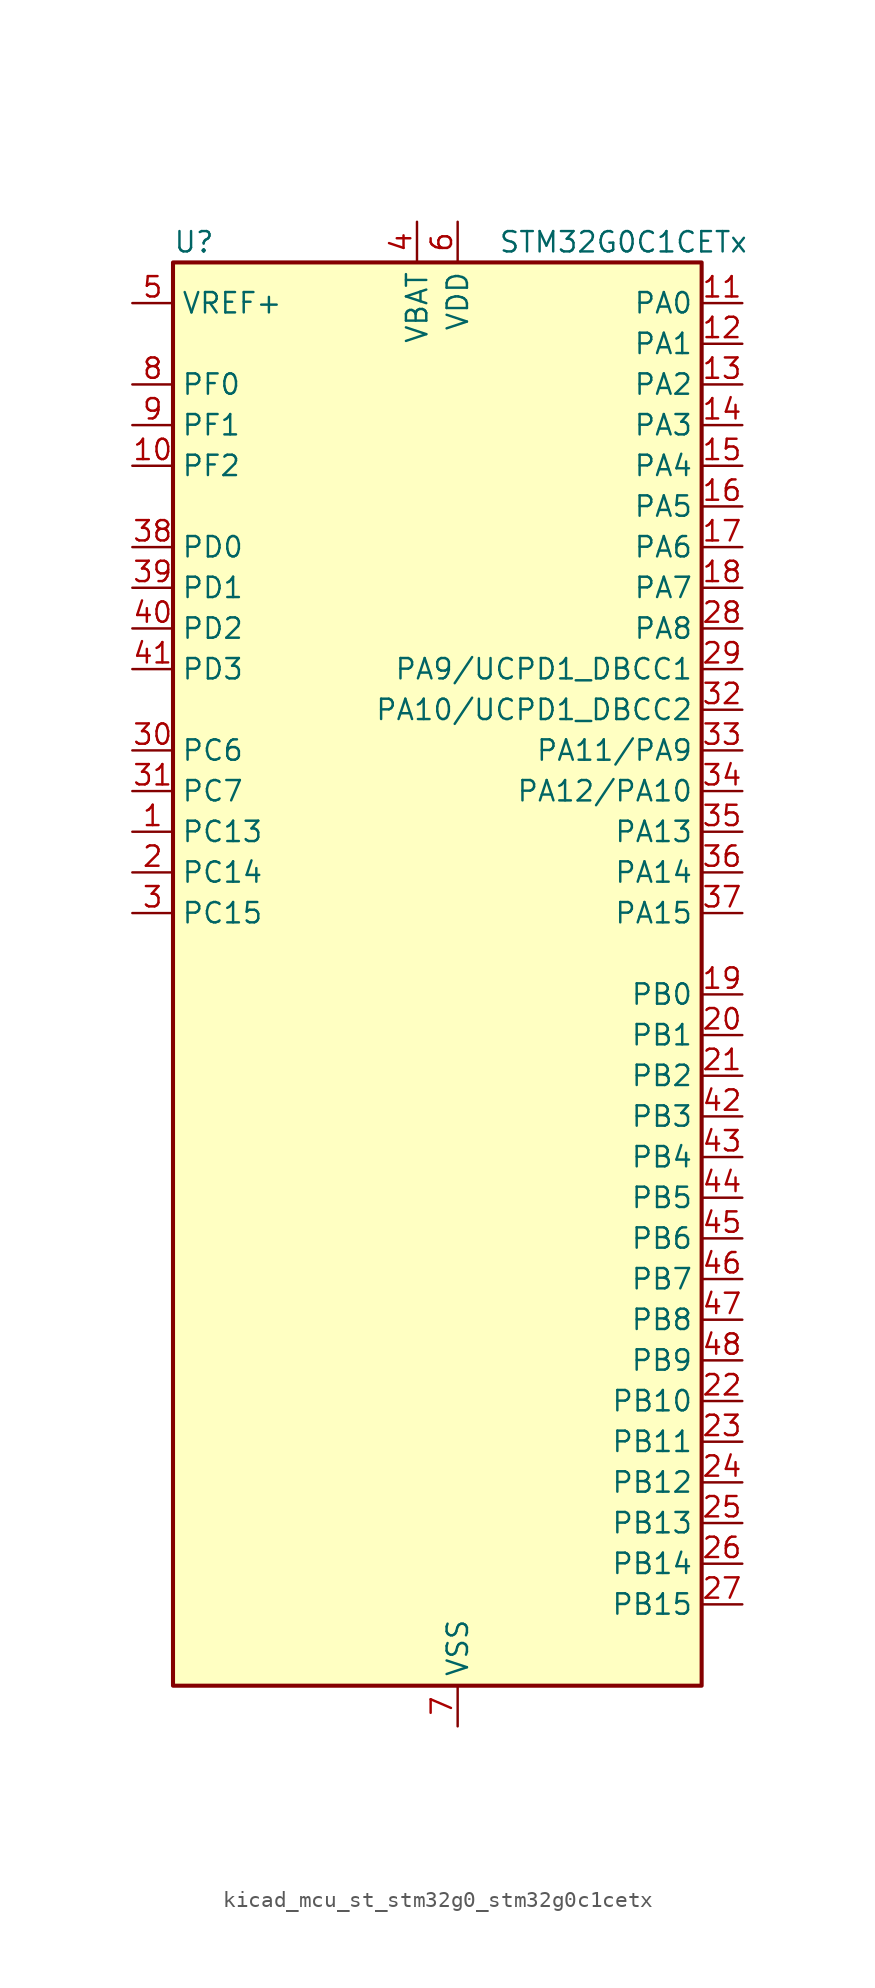
<source format=kicad_sym>
(kicad_symbol_lib
  (version 20220914)
  (generator kicad_symbol_editor)
  (symbol "kicad_mcu_st_stm32g0_stm32g0c1cetx"
    (property "Reference" "U"
      (at -15.24 46.99 0)
      (effects (font (size 1.27 1.27)) (justify left)))
    (property "Value" "STM32G0C1CETx"
      (at 5.08 46.99 0)
      (effects (font (size 1.27 1.27)) (justify left)))
    (property "ki_locked" ""
      (at 0 0 0)
      (effects (font (size 1.27 1.27))))
    (symbol "kicad_mcu_st_stm32g0_stm32g0c1cetx_0_1"
      (rectangle (start -15.24 -43.18) (end 17.78 45.72) (stroke (width 0.254) (type default)) (fill (type background))))
    (symbol "kicad_mcu_st_stm32g0_stm32g0c1cetx_1_1"
      (pin bidirectional line (at -17.78 10.16 0) (length 2.54) (name "PC13" (effects (font (size 1.27 1.27)))) (number "1" (effects (font (size 1.27 1.27)))) (alternate "RTC_OUT1" bidirectional line) (alternate "RTC_TAMP_IN1" bidirectional line) (alternate "RTC_TS" bidirectional line) (alternate "SYS_WKUP2" bidirectional line) (alternate "TIM1_BK" bidirectional line))
      (pin bidirectional line (at -17.78 33.02 0) (length 2.54) (name "PF2" (effects (font (size 1.27 1.27)))) (number "10" (effects (font (size 1.27 1.27)))) (alternate "LPUART2_DE" bidirectional line) (alternate "LPUART2_RTS" bidirectional line) (alternate "LPUART2_TX" bidirectional line) (alternate "RCC_MCO" bidirectional line))
      (pin bidirectional line (at 20.32 43.18 180) (length 2.54) (name "PA0" (effects (font (size 1.27 1.27)))) (number "11" (effects (font (size 1.27 1.27)))) (alternate "ADC1_IN0" bidirectional line) (alternate "COMP1_INM" bidirectional line) (alternate "COMP1_OUT" bidirectional line) (alternate "I2S2_CK" bidirectional line) (alternate "LPTIM1_OUT" bidirectional line) (alternate "RTC_TAMP_IN2" bidirectional line) (alternate "SPI2_SCK" bidirectional line) (alternate "SYS_WKUP1" bidirectional line) (alternate "TIM2_CH1" bidirectional line) (alternate "TIM2_ETR" bidirectional line) (alternate "UCPD2_FRSTX1" bidirectional line) (alternate "UCPD2_FRSTX2" bidirectional line) (alternate "USART2_CTS" bidirectional line) (alternate "USART2_NSS" bidirectional line) (alternate "USART4_TX" bidirectional line))
      (pin bidirectional line (at 20.32 40.64 180) (length 2.54) (name "PA1" (effects (font (size 1.27 1.27)))) (number "12" (effects (font (size 1.27 1.27)))) (alternate "ADC1_IN1" bidirectional line) (alternate "COMP1_INP" bidirectional line) (alternate "I2C1_SMBA" bidirectional line) (alternate "I2S1_CK" bidirectional line) (alternate "SPI1_SCK" bidirectional line) (alternate "TIM15_CH1N" bidirectional line) (alternate "TIM2_CH2" bidirectional line) (alternate "USART2_CK" bidirectional line) (alternate "USART2_DE" bidirectional line) (alternate "USART2_RTS" bidirectional line) (alternate "USART4_RX" bidirectional line))
      (pin bidirectional line (at 20.32 38.1 180) (length 2.54) (name "PA2" (effects (font (size 1.27 1.27)))) (number "13" (effects (font (size 1.27 1.27)))) (alternate "ADC1_IN2" bidirectional line) (alternate "COMP2_INM" bidirectional line) (alternate "COMP2_OUT" bidirectional line) (alternate "I2S1_SD" bidirectional line) (alternate "LPUART1_TX" bidirectional line) (alternate "RCC_LSCO" bidirectional line) (alternate "SPI1_MOSI" bidirectional line) (alternate "SYS_WKUP4" bidirectional line) (alternate "TIM15_CH1" bidirectional line) (alternate "TIM2_CH3" bidirectional line) (alternate "UCPD1_FRSTX1" bidirectional line) (alternate "UCPD1_FRSTX2" bidirectional line) (alternate "USART2_TX" bidirectional line))
      (pin bidirectional line (at 20.32 35.56 180) (length 2.54) (name "PA3" (effects (font (size 1.27 1.27)))) (number "14" (effects (font (size 1.27 1.27)))) (alternate "ADC1_IN3" bidirectional line) (alternate "COMP2_INP" bidirectional line) (alternate "I2S2_MCK" bidirectional line) (alternate "LPUART1_RX" bidirectional line) (alternate "SPI2_MISO" bidirectional line) (alternate "TIM15_CH2" bidirectional line) (alternate "TIM2_CH4" bidirectional line) (alternate "UCPD2_FRSTX1" bidirectional line) (alternate "UCPD2_FRSTX2" bidirectional line) (alternate "USART2_RX" bidirectional line))
      (pin bidirectional line (at 20.32 33.02 180) (length 2.54) (name "PA4" (effects (font (size 1.27 1.27)))) (number "15" (effects (font (size 1.27 1.27)))) (alternate "ADC1_IN4" bidirectional line) (alternate "DAC1_OUT1" bidirectional line) (alternate "I2S1_WS" bidirectional line) (alternate "I2S2_SD" bidirectional line) (alternate "LPTIM2_OUT" bidirectional line) (alternate "RTC_OUT2" bidirectional line) (alternate "SPI1_NSS" bidirectional line) (alternate "SPI2_MOSI" bidirectional line) (alternate "SPI3_NSS" bidirectional line) (alternate "TIM14_CH1" bidirectional line) (alternate "UCPD2_FRSTX1" bidirectional line) (alternate "UCPD2_FRSTX2" bidirectional line) (alternate "USART6_TX" bidirectional line) (alternate "USB_NOE" bidirectional line))
      (pin bidirectional line (at 20.32 30.48 180) (length 2.54) (name "PA5" (effects (font (size 1.27 1.27)))) (number "16" (effects (font (size 1.27 1.27)))) (alternate "ADC1_IN5" bidirectional line) (alternate "CEC" bidirectional line) (alternate "DAC1_OUT2" bidirectional line) (alternate "I2S1_CK" bidirectional line) (alternate "LPTIM2_ETR" bidirectional line) (alternate "SPI1_SCK" bidirectional line) (alternate "TIM2_CH1" bidirectional line) (alternate "TIM2_ETR" bidirectional line) (alternate "UCPD1_FRSTX1" bidirectional line) (alternate "UCPD1_FRSTX2" bidirectional line) (alternate "USART3_TX" bidirectional line) (alternate "USART6_RX" bidirectional line))
      (pin bidirectional line (at 20.32 27.94 180) (length 2.54) (name "PA6" (effects (font (size 1.27 1.27)))) (number "17" (effects (font (size 1.27 1.27)))) (alternate "ADC1_IN6" bidirectional line) (alternate "COMP1_OUT" bidirectional line) (alternate "I2C2_SDA" bidirectional line) (alternate "I2C3_SDA" bidirectional line) (alternate "I2S1_MCK" bidirectional line) (alternate "LPUART1_CTS" bidirectional line) (alternate "SPI1_MISO" bidirectional line) (alternate "TIM16_CH1" bidirectional line) (alternate "TIM1_BK" bidirectional line) (alternate "TIM3_CH1" bidirectional line) (alternate "USART3_CTS" bidirectional line) (alternate "USART3_NSS" bidirectional line) (alternate "USART6_CTS" bidirectional line) (alternate "USART6_NSS" bidirectional line))
      (pin bidirectional line (at 20.32 25.4 180) (length 2.54) (name "PA7" (effects (font (size 1.27 1.27)))) (number "18" (effects (font (size 1.27 1.27)))) (alternate "ADC1_IN7" bidirectional line) (alternate "COMP2_OUT" bidirectional line) (alternate "I2C2_SCL" bidirectional line) (alternate "I2C3_SCL" bidirectional line) (alternate "I2S1_SD" bidirectional line) (alternate "SPI1_MOSI" bidirectional line) (alternate "TIM14_CH1" bidirectional line) (alternate "TIM17_CH1" bidirectional line) (alternate "TIM1_CH1N" bidirectional line) (alternate "TIM3_CH2" bidirectional line) (alternate "UCPD1_FRSTX1" bidirectional line) (alternate "UCPD1_FRSTX2" bidirectional line) (alternate "USART6_CK" bidirectional line) (alternate "USART6_DE" bidirectional line) (alternate "USART6_RTS" bidirectional line))
      (pin bidirectional line (at 20.32 0 180) (length 2.54) (name "PB0" (effects (font (size 1.27 1.27)))) (number "19" (effects (font (size 1.27 1.27)))) (alternate "ADC1_IN8" bidirectional line) (alternate "COMP1_OUT" bidirectional line) (alternate "COMP3_INP" bidirectional line) (alternate "FDCAN2_RX" bidirectional line) (alternate "I2S1_WS" bidirectional line) (alternate "LPTIM1_OUT" bidirectional line) (alternate "LPUART2_CTS" bidirectional line) (alternate "SPI1_NSS" bidirectional line) (alternate "TIM1_CH2N" bidirectional line) (alternate "TIM3_CH3" bidirectional line) (alternate "UCPD1_FRSTX1" bidirectional line) (alternate "UCPD1_FRSTX2" bidirectional line) (alternate "USART3_RX" bidirectional line) (alternate "USART5_TX" bidirectional line))
      (pin bidirectional line (at -17.78 7.62 0) (length 2.54) (name "PC14" (effects (font (size 1.27 1.27)))) (number "2" (effects (font (size 1.27 1.27)))) (alternate "RCC_OSC32_IN" bidirectional line) (alternate "TIM1_BK2" bidirectional line))
      (pin bidirectional line (at 20.32 -2.54 180) (length 2.54) (name "PB1" (effects (font (size 1.27 1.27)))) (number "20" (effects (font (size 1.27 1.27)))) (alternate "ADC1_IN9" bidirectional line) (alternate "COMP1_INM" bidirectional line) (alternate "COMP3_OUT" bidirectional line) (alternate "FDCAN2_TX" bidirectional line) (alternate "LPTIM2_IN1" bidirectional line) (alternate "LPUART1_DE" bidirectional line) (alternate "LPUART1_RTS" bidirectional line) (alternate "LPUART2_DE" bidirectional line) (alternate "LPUART2_RTS" bidirectional line) (alternate "TIM14_CH1" bidirectional line) (alternate "TIM1_CH3N" bidirectional line) (alternate "TIM3_CH4" bidirectional line) (alternate "USART3_CK" bidirectional line) (alternate "USART3_DE" bidirectional line) (alternate "USART3_RTS" bidirectional line) (alternate "USART5_RX" bidirectional line))
      (pin bidirectional line (at 20.32 -5.08 180) (length 2.54) (name "PB2" (effects (font (size 1.27 1.27)))) (number "21" (effects (font (size 1.27 1.27)))) (alternate "ADC1_IN10" bidirectional line) (alternate "COMP1_INP" bidirectional line) (alternate "COMP3_INM" bidirectional line) (alternate "I2S2_MCK" bidirectional line) (alternate "LPTIM1_OUT" bidirectional line) (alternate "RCC_MCO_2" bidirectional line) (alternate "SPI2_MISO" bidirectional line) (alternate "USART3_TX" bidirectional line))
      (pin bidirectional line (at 20.32 -25.4 180) (length 2.54) (name "PB10" (effects (font (size 1.27 1.27)))) (number "22" (effects (font (size 1.27 1.27)))) (alternate "ADC1_IN11" bidirectional line) (alternate "CEC" bidirectional line) (alternate "COMP1_OUT" bidirectional line) (alternate "I2C2_SCL" bidirectional line) (alternate "I2S2_CK" bidirectional line) (alternate "LPUART1_RX" bidirectional line) (alternate "SPI2_SCK" bidirectional line) (alternate "TIM2_CH3" bidirectional line) (alternate "USART3_TX" bidirectional line))
      (pin bidirectional line (at 20.32 -27.94 180) (length 2.54) (name "PB11" (effects (font (size 1.27 1.27)))) (number "23" (effects (font (size 1.27 1.27)))) (alternate "ADC1_EXTI11" bidirectional line) (alternate "ADC1_IN15" bidirectional line) (alternate "COMP2_OUT" bidirectional line) (alternate "I2C2_SDA" bidirectional line) (alternate "I2S2_SD" bidirectional line) (alternate "LPUART1_TX" bidirectional line) (alternate "SPI2_MOSI" bidirectional line) (alternate "TIM2_CH4" bidirectional line) (alternate "USART3_RX" bidirectional line))
      (pin bidirectional line (at 20.32 -30.48 180) (length 2.54) (name "PB12" (effects (font (size 1.27 1.27)))) (number "24" (effects (font (size 1.27 1.27)))) (alternate "ADC1_IN16" bidirectional line) (alternate "FDCAN2_RX" bidirectional line) (alternate "I2C2_SMBA" bidirectional line) (alternate "I2S2_WS" bidirectional line) (alternate "LPUART1_DE" bidirectional line) (alternate "LPUART1_RTS" bidirectional line) (alternate "SPI2_NSS" bidirectional line) (alternate "TIM15_BK" bidirectional line) (alternate "TIM1_BK" bidirectional line) (alternate "UCPD2_FRSTX1" bidirectional line) (alternate "UCPD2_FRSTX2" bidirectional line))
      (pin bidirectional line (at 20.32 -33.02 180) (length 2.54) (name "PB13" (effects (font (size 1.27 1.27)))) (number "25" (effects (font (size 1.27 1.27)))) (alternate "FDCAN2_TX" bidirectional line) (alternate "I2C2_SCL" bidirectional line) (alternate "I2S2_CK" bidirectional line) (alternate "LPUART1_CTS" bidirectional line) (alternate "SPI2_SCK" bidirectional line) (alternate "TIM15_CH1N" bidirectional line) (alternate "TIM1_CH1N" bidirectional line) (alternate "USART3_CTS" bidirectional line) (alternate "USART3_NSS" bidirectional line))
      (pin bidirectional line (at 20.32 -35.56 180) (length 2.54) (name "PB14" (effects (font (size 1.27 1.27)))) (number "26" (effects (font (size 1.27 1.27)))) (alternate "I2C2_SDA" bidirectional line) (alternate "I2S2_MCK" bidirectional line) (alternate "SPI2_MISO" bidirectional line) (alternate "TIM15_CH1" bidirectional line) (alternate "TIM1_CH2N" bidirectional line) (alternate "UCPD1_FRSTX1" bidirectional line) (alternate "UCPD1_FRSTX2" bidirectional line) (alternate "USART3_CK" bidirectional line) (alternate "USART3_DE" bidirectional line) (alternate "USART3_RTS" bidirectional line) (alternate "USART6_CK" bidirectional line) (alternate "USART6_DE" bidirectional line) (alternate "USART6_RTS" bidirectional line))
      (pin bidirectional line (at 20.32 -38.1 180) (length 2.54) (name "PB15" (effects (font (size 1.27 1.27)))) (number "27" (effects (font (size 1.27 1.27)))) (alternate "I2S2_SD" bidirectional line) (alternate "RTC_REFIN" bidirectional line) (alternate "SPI2_MOSI" bidirectional line) (alternate "TIM15_CH1N" bidirectional line) (alternate "TIM15_CH2" bidirectional line) (alternate "TIM1_CH3N" bidirectional line) (alternate "UCPD1_CC2" bidirectional line) (alternate "USART6_CTS" bidirectional line) (alternate "USART6_NSS" bidirectional line))
      (pin bidirectional line (at 20.32 22.86 180) (length 2.54) (name "PA8" (effects (font (size 1.27 1.27)))) (number "28" (effects (font (size 1.27 1.27)))) (alternate "CRS1_SYNC" bidirectional line) (alternate "I2C2_SMBA" bidirectional line) (alternate "I2S2_WS" bidirectional line) (alternate "LPTIM2_OUT" bidirectional line) (alternate "RCC_MCO" bidirectional line) (alternate "SPI2_NSS" bidirectional line) (alternate "TIM1_CH1" bidirectional line) (alternate "UCPD1_CC1" bidirectional line))
      (pin bidirectional line (at 20.32 20.32 180) (length 2.54) (name "PA9/UCPD1_DBCC1" (effects (font (size 1.27 1.27)))) (number "29" (effects (font (size 1.27 1.27)))) (alternate "DAC1_EXTI9" bidirectional line) (alternate "I2C1_SCL" bidirectional line) (alternate "I2C2_SCL" bidirectional line) (alternate "I2S2_MCK" bidirectional line) (alternate "RCC_MCO" bidirectional line) (alternate "SPI2_MISO" bidirectional line) (alternate "TIM15_BK" bidirectional line) (alternate "TIM1_CH2" bidirectional line) (alternate "UCPD1_DBCC1" bidirectional line) (alternate "USART1_TX" bidirectional line))
      (pin bidirectional line (at -17.78 5.08 0) (length 2.54) (name "PC15" (effects (font (size 1.27 1.27)))) (number "3" (effects (font (size 1.27 1.27)))) (alternate "RCC_OSC32_EN" bidirectional line) (alternate "RCC_OSC32_OUT" bidirectional line) (alternate "RCC_OSC_EN" bidirectional line) (alternate "TIM15_BK" bidirectional line))
      (pin bidirectional line (at -17.78 15.24 0) (length 2.54) (name "PC6" (effects (font (size 1.27 1.27)))) (number "30" (effects (font (size 1.27 1.27)))) (alternate "LPUART2_TX" bidirectional line) (alternate "TIM2_CH3" bidirectional line) (alternate "TIM3_CH1" bidirectional line) (alternate "UCPD1_FRSTX1" bidirectional line) (alternate "UCPD1_FRSTX2" bidirectional line))
      (pin bidirectional line (at -17.78 12.7 0) (length 2.54) (name "PC7" (effects (font (size 1.27 1.27)))) (number "31" (effects (font (size 1.27 1.27)))) (alternate "LPUART2_RX" bidirectional line) (alternate "TIM2_CH4" bidirectional line) (alternate "TIM3_CH2" bidirectional line) (alternate "UCPD2_FRSTX1" bidirectional line) (alternate "UCPD2_FRSTX2" bidirectional line))
      (pin bidirectional line (at 20.32 17.78 180) (length 2.54) (name "PA10/UCPD1_DBCC2" (effects (font (size 1.27 1.27)))) (number "32" (effects (font (size 1.27 1.27)))) (alternate "I2C1_SDA" bidirectional line) (alternate "I2C2_SDA" bidirectional line) (alternate "I2S2_SD" bidirectional line) (alternate "RCC_MCO_2" bidirectional line) (alternate "SPI2_MOSI" bidirectional line) (alternate "TIM17_BK" bidirectional line) (alternate "TIM1_CH3" bidirectional line) (alternate "UCPD1_DBCC2" bidirectional line) (alternate "USART1_RX" bidirectional line))
      (pin bidirectional line (at 20.32 15.24 180) (length 2.54) (name "PA11/PA9" (effects (font (size 1.27 1.27)))) (number "33" (effects (font (size 1.27 1.27)))) (alternate "ADC1_EXTI11" bidirectional line) (alternate "COMP1_OUT" bidirectional line) (alternate "FDCAN1_RX" bidirectional line) (alternate "I2C2_SCL" bidirectional line) (alternate "I2S1_MCK" bidirectional line) (alternate "SPI1_MISO" bidirectional line) (alternate "TIM1_BK2" bidirectional line) (alternate "TIM1_CH4" bidirectional line) (alternate "USART1_CTS" bidirectional line) (alternate "USART1_NSS" bidirectional line) (alternate "USB_DM" bidirectional line))
      (pin bidirectional line (at 20.32 12.7 180) (length 2.54) (name "PA12/PA10" (effects (font (size 1.27 1.27)))) (number "34" (effects (font (size 1.27 1.27)))) (alternate "COMP2_OUT" bidirectional line) (alternate "FDCAN1_TX" bidirectional line) (alternate "I2C2_SDA" bidirectional line) (alternate "I2S1_SD" bidirectional line) (alternate "I2S_CKIN" bidirectional line) (alternate "SPI1_MOSI" bidirectional line) (alternate "TIM1_ETR" bidirectional line) (alternate "USART1_CK" bidirectional line) (alternate "USART1_DE" bidirectional line) (alternate "USART1_RTS" bidirectional line) (alternate "USB_DP" bidirectional line))
      (pin bidirectional line (at 20.32 10.16 180) (length 2.54) (name "PA13" (effects (font (size 1.27 1.27)))) (number "35" (effects (font (size 1.27 1.27)))) (alternate "IR_OUT" bidirectional line) (alternate "LPUART2_RX" bidirectional line) (alternate "SYS_SWDIO" bidirectional line) (alternate "USB_NOE" bidirectional line))
      (pin bidirectional line (at 20.32 7.62 180) (length 2.54) (name "PA14" (effects (font (size 1.27 1.27)))) (number "36" (effects (font (size 1.27 1.27)))) (alternate "LPUART2_TX" bidirectional line) (alternate "SYS_SWCLK" bidirectional line) (alternate "USART2_TX" bidirectional line))
      (pin bidirectional line (at 20.32 5.08 180) (length 2.54) (name "PA15" (effects (font (size 1.27 1.27)))) (number "37" (effects (font (size 1.27 1.27)))) (alternate "I2C2_SMBA" bidirectional line) (alternate "I2S1_WS" bidirectional line) (alternate "RCC_MCO_2" bidirectional line) (alternate "SPI1_NSS" bidirectional line) (alternate "SPI3_NSS" bidirectional line) (alternate "TIM2_CH1" bidirectional line) (alternate "TIM2_ETR" bidirectional line) (alternate "USART2_RX" bidirectional line) (alternate "USART3_CK" bidirectional line) (alternate "USART3_DE" bidirectional line) (alternate "USART3_RTS" bidirectional line) (alternate "USART4_CK" bidirectional line) (alternate "USART4_DE" bidirectional line) (alternate "USART4_RTS" bidirectional line) (alternate "USB_NOE" bidirectional line))
      (pin bidirectional line (at -17.78 27.94 0) (length 2.54) (name "PD0" (effects (font (size 1.27 1.27)))) (number "38" (effects (font (size 1.27 1.27)))) (alternate "FDCAN1_RX" bidirectional line) (alternate "I2S2_WS" bidirectional line) (alternate "SPI2_NSS" bidirectional line) (alternate "TIM16_CH1" bidirectional line) (alternate "UCPD2_CC1" bidirectional line))
      (pin bidirectional line (at -17.78 25.4 0) (length 2.54) (name "PD1" (effects (font (size 1.27 1.27)))) (number "39" (effects (font (size 1.27 1.27)))) (alternate "FDCAN1_TX" bidirectional line) (alternate "I2S2_CK" bidirectional line) (alternate "SPI2_SCK" bidirectional line) (alternate "TIM17_CH1" bidirectional line) (alternate "UCPD2_DBCC1" bidirectional line))
      (pin power_in line (at 0 48.26 270) (length 2.54) (name "VBAT" (effects (font (size 1.27 1.27)))) (number "4" (effects (font (size 1.27 1.27)))))
      (pin bidirectional line (at -17.78 22.86 0) (length 2.54) (name "PD2" (effects (font (size 1.27 1.27)))) (number "40" (effects (font (size 1.27 1.27)))) (alternate "TIM1_CH1N" bidirectional line) (alternate "TIM3_ETR" bidirectional line) (alternate "UCPD2_CC2" bidirectional line) (alternate "USART3_CK" bidirectional line) (alternate "USART3_DE" bidirectional line) (alternate "USART3_RTS" bidirectional line) (alternate "USART5_RX" bidirectional line))
      (pin bidirectional line (at -17.78 20.32 0) (length 2.54) (name "PD3" (effects (font (size 1.27 1.27)))) (number "41" (effects (font (size 1.27 1.27)))) (alternate "I2S2_MCK" bidirectional line) (alternate "SPI2_MISO" bidirectional line) (alternate "TIM1_CH2N" bidirectional line) (alternate "UCPD2_DBCC2" bidirectional line) (alternate "USART2_CTS" bidirectional line) (alternate "USART2_NSS" bidirectional line) (alternate "USART5_TX" bidirectional line))
      (pin bidirectional line (at 20.32 -7.62 180) (length 2.54) (name "PB3" (effects (font (size 1.27 1.27)))) (number "42" (effects (font (size 1.27 1.27)))) (alternate "COMP2_INM" bidirectional line) (alternate "I2C2_SCL" bidirectional line) (alternate "I2C3_SCL" bidirectional line) (alternate "I2S1_CK" bidirectional line) (alternate "SPI1_SCK" bidirectional line) (alternate "SPI3_SCK" bidirectional line) (alternate "TIM1_CH2" bidirectional line) (alternate "TIM2_CH2" bidirectional line) (alternate "USART1_CK" bidirectional line) (alternate "USART1_DE" bidirectional line) (alternate "USART1_RTS" bidirectional line) (alternate "USART5_TX" bidirectional line))
      (pin bidirectional line (at 20.32 -10.16 180) (length 2.54) (name "PB4" (effects (font (size 1.27 1.27)))) (number "43" (effects (font (size 1.27 1.27)))) (alternate "COMP2_INP" bidirectional line) (alternate "I2C2_SDA" bidirectional line) (alternate "I2C3_SDA" bidirectional line) (alternate "I2S1_MCK" bidirectional line) (alternate "SPI1_MISO" bidirectional line) (alternate "SPI3_MISO" bidirectional line) (alternate "TIM17_BK" bidirectional line) (alternate "TIM3_CH1" bidirectional line) (alternate "USART1_CTS" bidirectional line) (alternate "USART1_NSS" bidirectional line) (alternate "USART5_RX" bidirectional line))
      (pin bidirectional line (at 20.32 -12.7 180) (length 2.54) (name "PB5" (effects (font (size 1.27 1.27)))) (number "44" (effects (font (size 1.27 1.27)))) (alternate "COMP2_OUT" bidirectional line) (alternate "FDCAN2_RX" bidirectional line) (alternate "I2C1_SMBA" bidirectional line) (alternate "I2S1_SD" bidirectional line) (alternate "LPTIM1_IN1" bidirectional line) (alternate "SPI1_MOSI" bidirectional line) (alternate "SPI3_MOSI" bidirectional line) (alternate "SYS_WKUP6" bidirectional line) (alternate "TIM16_BK" bidirectional line) (alternate "TIM3_CH2" bidirectional line) (alternate "USART5_CK" bidirectional line) (alternate "USART5_DE" bidirectional line) (alternate "USART5_RTS" bidirectional line))
      (pin bidirectional line (at 20.32 -15.24 180) (length 2.54) (name "PB6" (effects (font (size 1.27 1.27)))) (number "45" (effects (font (size 1.27 1.27)))) (alternate "COMP2_INP" bidirectional line) (alternate "FDCAN2_TX" bidirectional line) (alternate "I2C1_SCL" bidirectional line) (alternate "I2S2_MCK" bidirectional line) (alternate "LPTIM1_ETR" bidirectional line) (alternate "LPUART2_TX" bidirectional line) (alternate "SPI2_MISO" bidirectional line) (alternate "TIM16_CH1N" bidirectional line) (alternate "TIM1_CH3" bidirectional line) (alternate "TIM4_CH1" bidirectional line) (alternate "USART1_TX" bidirectional line) (alternate "USART5_CTS" bidirectional line) (alternate "USART5_NSS" bidirectional line))
      (pin bidirectional line (at 20.32 -17.78 180) (length 2.54) (name "PB7" (effects (font (size 1.27 1.27)))) (number "46" (effects (font (size 1.27 1.27)))) (alternate "COMP2_INM" bidirectional line) (alternate "I2C1_SDA" bidirectional line) (alternate "I2S2_SD" bidirectional line) (alternate "LPTIM1_IN2" bidirectional line) (alternate "LPUART2_RX" bidirectional line) (alternate "SPI2_MOSI" bidirectional line) (alternate "SYS_PVD_IN" bidirectional line) (alternate "TIM17_CH1N" bidirectional line) (alternate "TIM4_CH2" bidirectional line) (alternate "USART1_RX" bidirectional line) (alternate "USART4_CTS" bidirectional line) (alternate "USART4_NSS" bidirectional line))
      (pin bidirectional line (at 20.32 -20.32 180) (length 2.54) (name "PB8" (effects (font (size 1.27 1.27)))) (number "47" (effects (font (size 1.27 1.27)))) (alternate "CEC" bidirectional line) (alternate "FDCAN1_RX" bidirectional line) (alternate "I2C1_SCL" bidirectional line) (alternate "I2S2_CK" bidirectional line) (alternate "SPI2_SCK" bidirectional line) (alternate "TIM15_BK" bidirectional line) (alternate "TIM16_CH1" bidirectional line) (alternate "TIM4_CH3" bidirectional line) (alternate "USART3_TX" bidirectional line) (alternate "USART6_TX" bidirectional line))
      (pin bidirectional line (at 20.32 -22.86 180) (length 2.54) (name "PB9" (effects (font (size 1.27 1.27)))) (number "48" (effects (font (size 1.27 1.27)))) (alternate "DAC1_EXTI9" bidirectional line) (alternate "FDCAN1_TX" bidirectional line) (alternate "I2C1_SDA" bidirectional line) (alternate "I2S2_WS" bidirectional line) (alternate "IR_OUT" bidirectional line) (alternate "SPI2_NSS" bidirectional line) (alternate "TIM17_CH1" bidirectional line) (alternate "TIM4_CH4" bidirectional line) (alternate "UCPD2_FRSTX1" bidirectional line) (alternate "UCPD2_FRSTX2" bidirectional line) (alternate "USART3_RX" bidirectional line) (alternate "USART6_RX" bidirectional line))
      (pin input line (at -17.78 43.18 0) (length 2.54) (name "VREF+" (effects (font (size 1.27 1.27)))) (number "5" (effects (font (size 1.27 1.27)))) (alternate "VREFBUF_OUT" bidirectional line))
      (pin power_in line (at 2.54 48.26 270) (length 2.54) (name "VDD" (effects (font (size 1.27 1.27)))) (number "6" (effects (font (size 1.27 1.27)))))
      (pin power_in line (at 2.54 -45.72 90) (length 2.54) (name "VSS" (effects (font (size 1.27 1.27)))) (number "7" (effects (font (size 1.27 1.27)))))
      (pin bidirectional line (at -17.78 38.1 0) (length 2.54) (name "PF0" (effects (font (size 1.27 1.27)))) (number "8" (effects (font (size 1.27 1.27)))) (alternate "CRS1_SYNC" bidirectional line) (alternate "RCC_OSC_IN" bidirectional line) (alternate "TIM14_CH1" bidirectional line))
      (pin bidirectional line (at -17.78 35.56 0) (length 2.54) (name "PF1" (effects (font (size 1.27 1.27)))) (number "9" (effects (font (size 1.27 1.27)))) (alternate "RCC_OSC_EN" bidirectional line) (alternate "RCC_OSC_OUT" bidirectional line) (alternate "TIM15_CH1N" bidirectional line)))))
</source>
